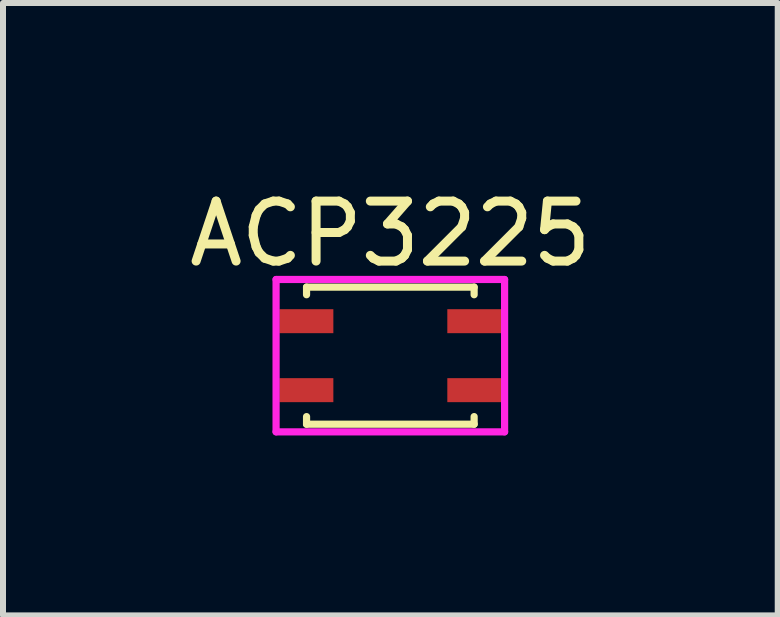
<source format=kicad_pcb>
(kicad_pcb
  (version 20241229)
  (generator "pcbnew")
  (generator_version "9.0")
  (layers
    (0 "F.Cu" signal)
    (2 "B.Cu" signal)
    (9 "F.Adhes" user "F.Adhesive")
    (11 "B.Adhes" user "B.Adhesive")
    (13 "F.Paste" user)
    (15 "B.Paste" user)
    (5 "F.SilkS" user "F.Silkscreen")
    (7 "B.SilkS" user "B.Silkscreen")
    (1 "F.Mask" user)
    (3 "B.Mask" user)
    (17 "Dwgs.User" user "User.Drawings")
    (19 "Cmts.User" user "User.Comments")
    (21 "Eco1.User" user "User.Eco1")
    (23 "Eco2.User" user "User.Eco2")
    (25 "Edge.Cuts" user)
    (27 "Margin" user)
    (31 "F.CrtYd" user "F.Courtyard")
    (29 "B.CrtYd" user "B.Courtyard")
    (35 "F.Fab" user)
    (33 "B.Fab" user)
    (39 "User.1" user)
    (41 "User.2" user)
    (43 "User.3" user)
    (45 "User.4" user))
  (footprint "ACP3225"
    (layer "F.Cu")
    (at 3.458 2.88)
    (property "Reference" "ACP3225" (at 0 -2.032 0) (layer "F.SilkS") (effects (font (size 1 1) (thickness 0.15))))
    (attr through_hole)
    (fp_line (start -1.397 -1.143) (end 1.397 -1.143) (stroke (width 0.12) (type solid)) (layer "F.SilkS"))
    (fp_line (start -1.397 -1.016) (end -1.397 -1.143) (stroke (width 0.12) (type solid)) (layer "F.SilkS"))
    (fp_line (start -1.397 1.016) (end -1.397 1.143) (stroke (width 0.12) (type solid)) (layer "F.SilkS"))
    (fp_line (start -1.397 1.143) (end 1.397 1.143) (stroke (width 0.12) (type solid)) (layer "F.SilkS"))
    (fp_line (start 1.397 -1.143) (end 1.397 -1.016) (stroke (width 0.12) (type solid)) (layer "F.SilkS"))
    (fp_line (start 1.397 1.143) (end 1.397 1.016) (stroke (width 0.12) (type solid)) (layer "F.SilkS"))
    (fp_line (start -1.905 -1.27) (end -1.905 1.27) (stroke (width 0.12) (type solid)) (layer "F.CrtYd"))
    (fp_line (start -1.905 -1.27) (end 1.905 -1.27) (stroke (width 0.12) (type solid)) (layer "F.CrtYd"))
    (fp_line (start -1.905 1.27) (end 1.905 1.27) (stroke (width 0.12) (type solid)) (layer "F.CrtYd"))
    (fp_line (start 1.905 -1.27) (end 1.905 1.27) (stroke (width 0.12) (type solid)) (layer "F.CrtYd"))
    (pad "1" smd rect (at -1.4 -0.575) (size 0.9 0.4) (layers "F.Cu" "F.Mask" "F.Paste"))
    (pad "2" smd rect (at 1.4 -0.575) (size 0.9 0.4) (layers "F.Cu" "F.Mask" "F.Paste"))
    (pad "3" smd rect (at -1.4 0.575) (size 0.9 0.4) (layers "F.Cu" "F.Mask" "F.Paste"))
    (pad "4" smd rect (at 1.4 0.575) (size 0.9 0.4) (layers "F.Cu" "F.Mask" "F.Paste")))
  (gr_rect
    (start -3 -3)
    (end 9.917 7.21)
    (stroke (width 0.1) (type default))
    (fill no)
    (layer "Edge.Cuts")))
</source>
